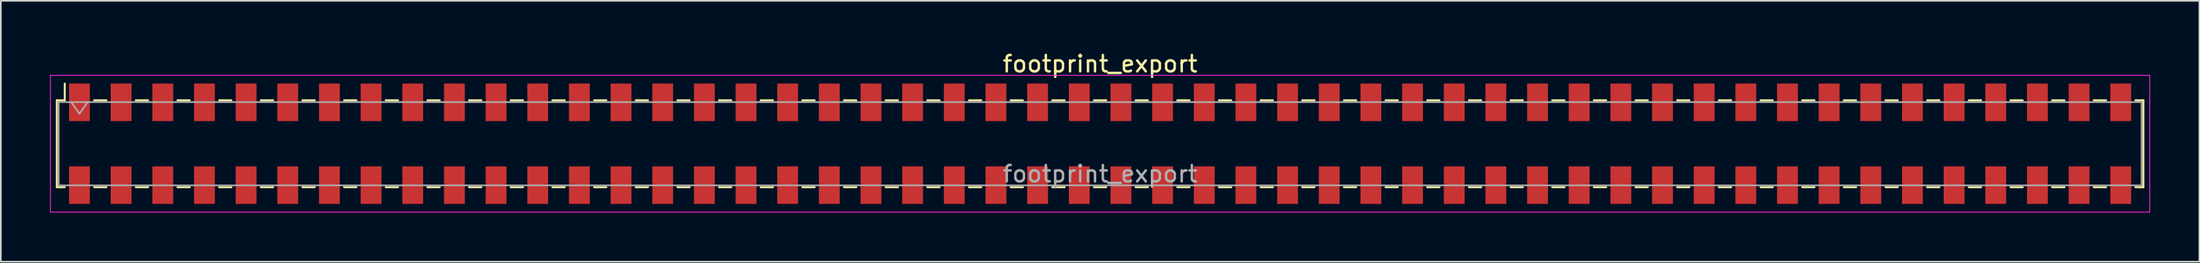
<source format=kicad_pcb>
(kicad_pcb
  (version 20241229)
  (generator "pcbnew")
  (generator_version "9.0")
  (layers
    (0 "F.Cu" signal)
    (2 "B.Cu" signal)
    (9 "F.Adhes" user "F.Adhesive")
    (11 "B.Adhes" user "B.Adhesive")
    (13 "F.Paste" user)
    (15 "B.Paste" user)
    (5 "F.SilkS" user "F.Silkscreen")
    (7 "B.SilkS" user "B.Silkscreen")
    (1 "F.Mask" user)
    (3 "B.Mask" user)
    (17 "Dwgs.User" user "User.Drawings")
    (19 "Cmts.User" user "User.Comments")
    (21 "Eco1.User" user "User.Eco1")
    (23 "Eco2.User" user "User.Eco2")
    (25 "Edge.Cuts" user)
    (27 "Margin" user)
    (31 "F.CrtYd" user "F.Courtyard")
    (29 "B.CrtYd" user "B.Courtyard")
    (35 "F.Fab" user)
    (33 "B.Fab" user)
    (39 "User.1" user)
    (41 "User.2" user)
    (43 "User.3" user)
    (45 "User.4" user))
  (footprint "footprint_export"
    (layer "F.Cu")
    (at 64.025 5.718)
    (property "Reference" "footprint_export" (at 0 -4.87 0) (layer "F.SilkS") (effects (font (size 1 1) (thickness 0.15))))
    (attr smd)
    (fp_line (start -63.61 -2.65) (end -63.61 2.65) (stroke (width 0.12) (type solid)) (layer "F.SilkS"))
    (fp_line (start -63.61 2.65) (end -63.125 2.65) (stroke (width 0.12) (type solid)) (layer "F.SilkS"))
    (fp_line (start -63.125 -3.67) (end -63.125 -2.65) (stroke (width 0.12) (type solid)) (layer "F.SilkS"))
    (fp_line (start -63.125 -2.65) (end -63.61 -2.65) (stroke (width 0.12) (type solid)) (layer "F.SilkS"))
    (fp_line (start -61.335 -2.65) (end -60.585 -2.65) (stroke (width 0.12) (type solid)) (layer "F.SilkS"))
    (fp_line (start -61.335 2.65) (end -60.585 2.65) (stroke (width 0.12) (type solid)) (layer "F.SilkS"))
    (fp_line (start -58.795 -2.65) (end -58.045 -2.65) (stroke (width 0.12) (type solid)) (layer "F.SilkS"))
    (fp_line (start -58.795 2.65) (end -58.045 2.65) (stroke (width 0.12) (type solid)) (layer "F.SilkS"))
    (fp_line (start -56.255 -2.65) (end -55.505 -2.65) (stroke (width 0.12) (type solid)) (layer "F.SilkS"))
    (fp_line (start -56.255 2.65) (end -55.505 2.65) (stroke (width 0.12) (type solid)) (layer "F.SilkS"))
    (fp_line (start -53.715 -2.65) (end -52.965 -2.65) (stroke (width 0.12) (type solid)) (layer "F.SilkS"))
    (fp_line (start -53.715 2.65) (end -52.965 2.65) (stroke (width 0.12) (type solid)) (layer "F.SilkS"))
    (fp_line (start -51.175 -2.65) (end -50.425 -2.65) (stroke (width 0.12) (type solid)) (layer "F.SilkS"))
    (fp_line (start -51.175 2.65) (end -50.425 2.65) (stroke (width 0.12) (type solid)) (layer "F.SilkS"))
    (fp_line (start -48.635 -2.65) (end -47.885 -2.65) (stroke (width 0.12) (type solid)) (layer "F.SilkS"))
    (fp_line (start -48.635 2.65) (end -47.885 2.65) (stroke (width 0.12) (type solid)) (layer "F.SilkS"))
    (fp_line (start -46.095 -2.65) (end -45.345 -2.65) (stroke (width 0.12) (type solid)) (layer "F.SilkS"))
    (fp_line (start -46.095 2.65) (end -45.345 2.65) (stroke (width 0.12) (type solid)) (layer "F.SilkS"))
    (fp_line (start -43.555 -2.65) (end -42.805 -2.65) (stroke (width 0.12) (type solid)) (layer "F.SilkS"))
    (fp_line (start -43.555 2.65) (end -42.805 2.65) (stroke (width 0.12) (type solid)) (layer "F.SilkS"))
    (fp_line (start -41.015 -2.65) (end -40.265 -2.65) (stroke (width 0.12) (type solid)) (layer "F.SilkS"))
    (fp_line (start -41.015 2.65) (end -40.265 2.65) (stroke (width 0.12) (type solid)) (layer "F.SilkS"))
    (fp_line (start -38.475 -2.65) (end -37.725 -2.65) (stroke (width 0.12) (type solid)) (layer "F.SilkS"))
    (fp_line (start -38.475 2.65) (end -37.725 2.65) (stroke (width 0.12) (type solid)) (layer "F.SilkS"))
    (fp_line (start -35.935 -2.65) (end -35.185 -2.65) (stroke (width 0.12) (type solid)) (layer "F.SilkS"))
    (fp_line (start -35.935 2.65) (end -35.185 2.65) (stroke (width 0.12) (type solid)) (layer "F.SilkS"))
    (fp_line (start -33.395 -2.65) (end -32.645 -2.65) (stroke (width 0.12) (type solid)) (layer "F.SilkS"))
    (fp_line (start -33.395 2.65) (end -32.645 2.65) (stroke (width 0.12) (type solid)) (layer "F.SilkS"))
    (fp_line (start -30.855 -2.65) (end -30.105 -2.65) (stroke (width 0.12) (type solid)) (layer "F.SilkS"))
    (fp_line (start -30.855 2.65) (end -30.105 2.65) (stroke (width 0.12) (type solid)) (layer "F.SilkS"))
    (fp_line (start -28.315 -2.65) (end -27.565 -2.65) (stroke (width 0.12) (type solid)) (layer "F.SilkS"))
    (fp_line (start -28.315 2.65) (end -27.565 2.65) (stroke (width 0.12) (type solid)) (layer "F.SilkS"))
    (fp_line (start -25.775 -2.65) (end -25.025 -2.65) (stroke (width 0.12) (type solid)) (layer "F.SilkS"))
    (fp_line (start -25.775 2.65) (end -25.025 2.65) (stroke (width 0.12) (type solid)) (layer "F.SilkS"))
    (fp_line (start -23.235 -2.65) (end -22.485 -2.65) (stroke (width 0.12) (type solid)) (layer "F.SilkS"))
    (fp_line (start -23.235 2.65) (end -22.485 2.65) (stroke (width 0.12) (type solid)) (layer "F.SilkS"))
    (fp_line (start -20.695 -2.65) (end -19.945 -2.65) (stroke (width 0.12) (type solid)) (layer "F.SilkS"))
    (fp_line (start -20.695 2.65) (end -19.945 2.65) (stroke (width 0.12) (type solid)) (layer "F.SilkS"))
    (fp_line (start -18.155 -2.65) (end -17.405 -2.65) (stroke (width 0.12) (type solid)) (layer "F.SilkS"))
    (fp_line (start -18.155 2.65) (end -17.405 2.65) (stroke (width 0.12) (type solid)) (layer "F.SilkS"))
    (fp_line (start -15.615 -2.65) (end -14.865 -2.65) (stroke (width 0.12) (type solid)) (layer "F.SilkS"))
    (fp_line (start -15.615 2.65) (end -14.865 2.65) (stroke (width 0.12) (type solid)) (layer "F.SilkS"))
    (fp_line (start -13.075 -2.65) (end -12.325 -2.65) (stroke (width 0.12) (type solid)) (layer "F.SilkS"))
    (fp_line (start -13.075 2.65) (end -12.325 2.65) (stroke (width 0.12) (type solid)) (layer "F.SilkS"))
    (fp_line (start -10.535 -2.65) (end -9.785 -2.65) (stroke (width 0.12) (type solid)) (layer "F.SilkS"))
    (fp_line (start -10.535 2.65) (end -9.785 2.65) (stroke (width 0.12) (type solid)) (layer "F.SilkS"))
    (fp_line (start -7.995 -2.65) (end -7.245 -2.65) (stroke (width 0.12) (type solid)) (layer "F.SilkS"))
    (fp_line (start -7.995 2.65) (end -7.245 2.65) (stroke (width 0.12) (type solid)) (layer "F.SilkS"))
    (fp_line (start -5.455 -2.65) (end -4.705 -2.65) (stroke (width 0.12) (type solid)) (layer "F.SilkS"))
    (fp_line (start -5.455 2.65) (end -4.705 2.65) (stroke (width 0.12) (type solid)) (layer "F.SilkS"))
    (fp_line (start -2.915 -2.65) (end -2.165 -2.65) (stroke (width 0.12) (type solid)) (layer "F.SilkS"))
    (fp_line (start -2.915 2.65) (end -2.165 2.65) (stroke (width 0.12) (type solid)) (layer "F.SilkS"))
    (fp_line (start -0.375 -2.65) (end 0.375 -2.65) (stroke (width 0.12) (type solid)) (layer "F.SilkS"))
    (fp_line (start -0.375 2.65) (end 0.375 2.65) (stroke (width 0.12) (type solid)) (layer "F.SilkS"))
    (fp_line (start 2.165 -2.65) (end 2.915 -2.65) (stroke (width 0.12) (type solid)) (layer "F.SilkS"))
    (fp_line (start 2.165 2.65) (end 2.915 2.65) (stroke (width 0.12) (type solid)) (layer "F.SilkS"))
    (fp_line (start 4.705 -2.65) (end 5.455 -2.65) (stroke (width 0.12) (type solid)) (layer "F.SilkS"))
    (fp_line (start 4.705 2.65) (end 5.455 2.65) (stroke (width 0.12) (type solid)) (layer "F.SilkS"))
    (fp_line (start 7.245 -2.65) (end 7.995 -2.65) (stroke (width 0.12) (type solid)) (layer "F.SilkS"))
    (fp_line (start 7.245 2.65) (end 7.995 2.65) (stroke (width 0.12) (type solid)) (layer "F.SilkS"))
    (fp_line (start 9.785 -2.65) (end 10.535 -2.65) (stroke (width 0.12) (type solid)) (layer "F.SilkS"))
    (fp_line (start 9.785 2.65) (end 10.535 2.65) (stroke (width 0.12) (type solid)) (layer "F.SilkS"))
    (fp_line (start 12.325 -2.65) (end 13.075 -2.65) (stroke (width 0.12) (type solid)) (layer "F.SilkS"))
    (fp_line (start 12.325 2.65) (end 13.075 2.65) (stroke (width 0.12) (type solid)) (layer "F.SilkS"))
    (fp_line (start 14.865 -2.65) (end 15.615 -2.65) (stroke (width 0.12) (type solid)) (layer "F.SilkS"))
    (fp_line (start 14.865 2.65) (end 15.615 2.65) (stroke (width 0.12) (type solid)) (layer "F.SilkS"))
    (fp_line (start 17.405 -2.65) (end 18.155 -2.65) (stroke (width 0.12) (type solid)) (layer "F.SilkS"))
    (fp_line (start 17.405 2.65) (end 18.155 2.65) (stroke (width 0.12) (type solid)) (layer "F.SilkS"))
    (fp_line (start 19.945 -2.65) (end 20.695 -2.65) (stroke (width 0.12) (type solid)) (layer "F.SilkS"))
    (fp_line (start 19.945 2.65) (end 20.695 2.65) (stroke (width 0.12) (type solid)) (layer "F.SilkS"))
    (fp_line (start 22.485 -2.65) (end 23.235 -2.65) (stroke (width 0.12) (type solid)) (layer "F.SilkS"))
    (fp_line (start 22.485 2.65) (end 23.235 2.65) (stroke (width 0.12) (type solid)) (layer "F.SilkS"))
    (fp_line (start 25.025 -2.65) (end 25.775 -2.65) (stroke (width 0.12) (type solid)) (layer "F.SilkS"))
    (fp_line (start 25.025 2.65) (end 25.775 2.65) (stroke (width 0.12) (type solid)) (layer "F.SilkS"))
    (fp_line (start 27.565 -2.65) (end 28.315 -2.65) (stroke (width 0.12) (type solid)) (layer "F.SilkS"))
    (fp_line (start 27.565 2.65) (end 28.315 2.65) (stroke (width 0.12) (type solid)) (layer "F.SilkS"))
    (fp_line (start 30.105 -2.65) (end 30.855 -2.65) (stroke (width 0.12) (type solid)) (layer "F.SilkS"))
    (fp_line (start 30.105 2.65) (end 30.855 2.65) (stroke (width 0.12) (type solid)) (layer "F.SilkS"))
    (fp_line (start 32.645 -2.65) (end 33.395 -2.65) (stroke (width 0.12) (type solid)) (layer "F.SilkS"))
    (fp_line (start 32.645 2.65) (end 33.395 2.65) (stroke (width 0.12) (type solid)) (layer "F.SilkS"))
    (fp_line (start 35.185 -2.65) (end 35.935 -2.65) (stroke (width 0.12) (type solid)) (layer "F.SilkS"))
    (fp_line (start 35.185 2.65) (end 35.935 2.65) (stroke (width 0.12) (type solid)) (layer "F.SilkS"))
    (fp_line (start 37.725 -2.65) (end 38.475 -2.65) (stroke (width 0.12) (type solid)) (layer "F.SilkS"))
    (fp_line (start 37.725 2.65) (end 38.475 2.65) (stroke (width 0.12) (type solid)) (layer "F.SilkS"))
    (fp_line (start 40.265 -2.65) (end 41.015 -2.65) (stroke (width 0.12) (type solid)) (layer "F.SilkS"))
    (fp_line (start 40.265 2.65) (end 41.015 2.65) (stroke (width 0.12) (type solid)) (layer "F.SilkS"))
    (fp_line (start 42.805 -2.65) (end 43.555 -2.65) (stroke (width 0.12) (type solid)) (layer "F.SilkS"))
    (fp_line (start 42.805 2.65) (end 43.555 2.65) (stroke (width 0.12) (type solid)) (layer "F.SilkS"))
    (fp_line (start 45.345 -2.65) (end 46.095 -2.65) (stroke (width 0.12) (type solid)) (layer "F.SilkS"))
    (fp_line (start 45.345 2.65) (end 46.095 2.65) (stroke (width 0.12) (type solid)) (layer "F.SilkS"))
    (fp_line (start 47.885 -2.65) (end 48.635 -2.65) (stroke (width 0.12) (type solid)) (layer "F.SilkS"))
    (fp_line (start 47.885 2.65) (end 48.635 2.65) (stroke (width 0.12) (type solid)) (layer "F.SilkS"))
    (fp_line (start 50.425 -2.65) (end 51.175 -2.65) (stroke (width 0.12) (type solid)) (layer "F.SilkS"))
    (fp_line (start 50.425 2.65) (end 51.175 2.65) (stroke (width 0.12) (type solid)) (layer "F.SilkS"))
    (fp_line (start 52.965 -2.65) (end 53.715 -2.65) (stroke (width 0.12) (type solid)) (layer "F.SilkS"))
    (fp_line (start 52.965 2.65) (end 53.715 2.65) (stroke (width 0.12) (type solid)) (layer "F.SilkS"))
    (fp_line (start 55.505 -2.65) (end 56.255 -2.65) (stroke (width 0.12) (type solid)) (layer "F.SilkS"))
    (fp_line (start 55.505 2.65) (end 56.255 2.65) (stroke (width 0.12) (type solid)) (layer "F.SilkS"))
    (fp_line (start 58.045 -2.65) (end 58.795 -2.65) (stroke (width 0.12) (type solid)) (layer "F.SilkS"))
    (fp_line (start 58.045 2.65) (end 58.795 2.65) (stroke (width 0.12) (type solid)) (layer "F.SilkS"))
    (fp_line (start 60.585 -2.65) (end 61.335 -2.65) (stroke (width 0.12) (type solid)) (layer "F.SilkS"))
    (fp_line (start 60.585 2.65) (end 61.335 2.65) (stroke (width 0.12) (type solid)) (layer "F.SilkS"))
    (fp_line (start 63.125 -2.65) (end 63.61 -2.65) (stroke (width 0.12) (type solid)) (layer "F.SilkS"))
    (fp_line (start 63.61 -2.65) (end 63.61 2.65) (stroke (width 0.12) (type solid)) (layer "F.SilkS"))
    (fp_line (start 63.61 2.65) (end 63.125 2.65) (stroke (width 0.12) (type solid)) (layer "F.SilkS"))
    (fp_line (start -64 -4.17) (end 64 -4.17) (stroke (width 0.05) (type solid)) (layer "F.CrtYd"))
    (fp_line (start -64 4.17) (end -64 -4.17) (stroke (width 0.05) (type solid)) (layer "F.CrtYd"))
    (fp_line (start 64 -4.17) (end 64 4.17) (stroke (width 0.05) (type solid)) (layer "F.CrtYd"))
    (fp_line (start 64 4.17) (end -64 4.17) (stroke (width 0.05) (type solid)) (layer "F.CrtYd"))
    (fp_line (start -63.5 -2.54) (end 63.5 -2.54) (stroke (width 0.1) (type solid)) (layer "F.Fab"))
    (fp_line (start -63.5 2.54) (end -63.5 -2.54) (stroke (width 0.1) (type solid)) (layer "F.Fab"))
    (fp_line (start -62.73 -2.54) (end -62.23 -1.833) (stroke (width 0.1) (type solid)) (layer "F.Fab"))
    (fp_line (start -62.23 -1.833) (end -61.73 -2.54) (stroke (width 0.1) (type solid)) (layer "F.Fab"))
    (fp_line (start 63.5 -2.54) (end 63.5 2.54) (stroke (width 0.1) (type solid)) (layer "F.Fab"))
    (fp_line (start 63.5 2.54) (end -63.5 2.54) (stroke (width 0.1) (type solid)) (layer "F.Fab"))
    (fp_text user "${REFERENCE}" (at 0 1.84 0) (layer "F.Fab") (effects (font (size 1 1) (thickness 0.15))))
    (pad "1" smd rect (at -62.23 -2.525) (size 1.27 2.29) (layers "F.Cu" "F.Mask" "F.Paste"))
    (pad "2" smd rect (at -62.23 2.525) (size 1.27 2.29) (layers "F.Cu" "F.Mask" "F.Paste"))
    (pad "3" smd rect (at -59.69 -2.525) (size 1.27 2.29) (layers "F.Cu" "F.Mask" "F.Paste"))
    (pad "4" smd rect (at -59.69 2.525) (size 1.27 2.29) (layers "F.Cu" "F.Mask" "F.Paste"))
    (pad "5" smd rect (at -57.15 -2.525) (size 1.27 2.29) (layers "F.Cu" "F.Mask" "F.Paste"))
    (pad "6" smd rect (at -57.15 2.525) (size 1.27 2.29) (layers "F.Cu" "F.Mask" "F.Paste"))
    (pad "7" smd rect (at -54.61 -2.525) (size 1.27 2.29) (layers "F.Cu" "F.Mask" "F.Paste"))
    (pad "8" smd rect (at -54.61 2.525) (size 1.27 2.29) (layers "F.Cu" "F.Mask" "F.Paste"))
    (pad "9" smd rect (at -52.07 -2.525) (size 1.27 2.29) (layers "F.Cu" "F.Mask" "F.Paste"))
    (pad "10" smd rect (at -52.07 2.525) (size 1.27 2.29) (layers "F.Cu" "F.Mask" "F.Paste"))
    (pad "11" smd rect (at -49.53 -2.525) (size 1.27 2.29) (layers "F.Cu" "F.Mask" "F.Paste"))
    (pad "12" smd rect (at -49.53 2.525) (size 1.27 2.29) (layers "F.Cu" "F.Mask" "F.Paste"))
    (pad "13" smd rect (at -46.99 -2.525) (size 1.27 2.29) (layers "F.Cu" "F.Mask" "F.Paste"))
    (pad "14" smd rect (at -46.99 2.525) (size 1.27 2.29) (layers "F.Cu" "F.Mask" "F.Paste"))
    (pad "15" smd rect (at -44.45 -2.525) (size 1.27 2.29) (layers "F.Cu" "F.Mask" "F.Paste"))
    (pad "16" smd rect (at -44.45 2.525) (size 1.27 2.29) (layers "F.Cu" "F.Mask" "F.Paste"))
    (pad "17" smd rect (at -41.91 -2.525) (size 1.27 2.29) (layers "F.Cu" "F.Mask" "F.Paste"))
    (pad "18" smd rect (at -41.91 2.525) (size 1.27 2.29) (layers "F.Cu" "F.Mask" "F.Paste"))
    (pad "19" smd rect (at -39.37 -2.525) (size 1.27 2.29) (layers "F.Cu" "F.Mask" "F.Paste"))
    (pad "20" smd rect (at -39.37 2.525) (size 1.27 2.29) (layers "F.Cu" "F.Mask" "F.Paste"))
    (pad "21" smd rect (at -36.83 -2.525) (size 1.27 2.29) (layers "F.Cu" "F.Mask" "F.Paste"))
    (pad "22" smd rect (at -36.83 2.525) (size 1.27 2.29) (layers "F.Cu" "F.Mask" "F.Paste"))
    (pad "23" smd rect (at -34.29 -2.525) (size 1.27 2.29) (layers "F.Cu" "F.Mask" "F.Paste"))
    (pad "24" smd rect (at -34.29 2.525) (size 1.27 2.29) (layers "F.Cu" "F.Mask" "F.Paste"))
    (pad "25" smd rect (at -31.75 -2.525) (size 1.27 2.29) (layers "F.Cu" "F.Mask" "F.Paste"))
    (pad "26" smd rect (at -31.75 2.525) (size 1.27 2.29) (layers "F.Cu" "F.Mask" "F.Paste"))
    (pad "27" smd rect (at -29.21 -2.525) (size 1.27 2.29) (layers "F.Cu" "F.Mask" "F.Paste"))
    (pad "28" smd rect (at -29.21 2.525) (size 1.27 2.29) (layers "F.Cu" "F.Mask" "F.Paste"))
    (pad "29" smd rect (at -26.67 -2.525) (size 1.27 2.29) (layers "F.Cu" "F.Mask" "F.Paste"))
    (pad "30" smd rect (at -26.67 2.525) (size 1.27 2.29) (layers "F.Cu" "F.Mask" "F.Paste"))
    (pad "31" smd rect (at -24.13 -2.525) (size 1.27 2.29) (layers "F.Cu" "F.Mask" "F.Paste"))
    (pad "32" smd rect (at -24.13 2.525) (size 1.27 2.29) (layers "F.Cu" "F.Mask" "F.Paste"))
    (pad "33" smd rect (at -21.59 -2.525) (size 1.27 2.29) (layers "F.Cu" "F.Mask" "F.Paste"))
    (pad "34" smd rect (at -21.59 2.525) (size 1.27 2.29) (layers "F.Cu" "F.Mask" "F.Paste"))
    (pad "35" smd rect (at -19.05 -2.525) (size 1.27 2.29) (layers "F.Cu" "F.Mask" "F.Paste"))
    (pad "36" smd rect (at -19.05 2.525) (size 1.27 2.29) (layers "F.Cu" "F.Mask" "F.Paste"))
    (pad "37" smd rect (at -16.51 -2.525) (size 1.27 2.29) (layers "F.Cu" "F.Mask" "F.Paste"))
    (pad "38" smd rect (at -16.51 2.525) (size 1.27 2.29) (layers "F.Cu" "F.Mask" "F.Paste"))
    (pad "39" smd rect (at -13.97 -2.525) (size 1.27 2.29) (layers "F.Cu" "F.Mask" "F.Paste"))
    (pad "40" smd rect (at -13.97 2.525) (size 1.27 2.29) (layers "F.Cu" "F.Mask" "F.Paste"))
    (pad "41" smd rect (at -11.43 -2.525) (size 1.27 2.29) (layers "F.Cu" "F.Mask" "F.Paste"))
    (pad "42" smd rect (at -11.43 2.525) (size 1.27 2.29) (layers "F.Cu" "F.Mask" "F.Paste"))
    (pad "43" smd rect (at -8.89 -2.525) (size 1.27 2.29) (layers "F.Cu" "F.Mask" "F.Paste"))
    (pad "44" smd rect (at -8.89 2.525) (size 1.27 2.29) (layers "F.Cu" "F.Mask" "F.Paste"))
    (pad "45" smd rect (at -6.35 -2.525) (size 1.27 2.29) (layers "F.Cu" "F.Mask" "F.Paste"))
    (pad "46" smd rect (at -6.35 2.525) (size 1.27 2.29) (layers "F.Cu" "F.Mask" "F.Paste"))
    (pad "47" smd rect (at -3.81 -2.525) (size 1.27 2.29) (layers "F.Cu" "F.Mask" "F.Paste"))
    (pad "48" smd rect (at -3.81 2.525) (size 1.27 2.29) (layers "F.Cu" "F.Mask" "F.Paste"))
    (pad "49" smd rect (at -1.27 -2.525) (size 1.27 2.29) (layers "F.Cu" "F.Mask" "F.Paste"))
    (pad "50" smd rect (at -1.27 2.525) (size 1.27 2.29) (layers "F.Cu" "F.Mask" "F.Paste"))
    (pad "51" smd rect (at 1.27 -2.525) (size 1.27 2.29) (layers "F.Cu" "F.Mask" "F.Paste"))
    (pad "52" smd rect (at 1.27 2.525) (size 1.27 2.29) (layers "F.Cu" "F.Mask" "F.Paste"))
    (pad "53" smd rect (at 3.81 -2.525) (size 1.27 2.29) (layers "F.Cu" "F.Mask" "F.Paste"))
    (pad "54" smd rect (at 3.81 2.525) (size 1.27 2.29) (layers "F.Cu" "F.Mask" "F.Paste"))
    (pad "55" smd rect (at 6.35 -2.525) (size 1.27 2.29) (layers "F.Cu" "F.Mask" "F.Paste"))
    (pad "56" smd rect (at 6.35 2.525) (size 1.27 2.29) (layers "F.Cu" "F.Mask" "F.Paste"))
    (pad "57" smd rect (at 8.89 -2.525) (size 1.27 2.29) (layers "F.Cu" "F.Mask" "F.Paste"))
    (pad "58" smd rect (at 8.89 2.525) (size 1.27 2.29) (layers "F.Cu" "F.Mask" "F.Paste"))
    (pad "59" smd rect (at 11.43 -2.525) (size 1.27 2.29) (layers "F.Cu" "F.Mask" "F.Paste"))
    (pad "60" smd rect (at 11.43 2.525) (size 1.27 2.29) (layers "F.Cu" "F.Mask" "F.Paste"))
    (pad "61" smd rect (at 13.97 -2.525) (size 1.27 2.29) (layers "F.Cu" "F.Mask" "F.Paste"))
    (pad "62" smd rect (at 13.97 2.525) (size 1.27 2.29) (layers "F.Cu" "F.Mask" "F.Paste"))
    (pad "63" smd rect (at 16.51 -2.525) (size 1.27 2.29) (layers "F.Cu" "F.Mask" "F.Paste"))
    (pad "64" smd rect (at 16.51 2.525) (size 1.27 2.29) (layers "F.Cu" "F.Mask" "F.Paste"))
    (pad "65" smd rect (at 19.05 -2.525) (size 1.27 2.29) (layers "F.Cu" "F.Mask" "F.Paste"))
    (pad "66" smd rect (at 19.05 2.525) (size 1.27 2.29) (layers "F.Cu" "F.Mask" "F.Paste"))
    (pad "67" smd rect (at 21.59 -2.525) (size 1.27 2.29) (layers "F.Cu" "F.Mask" "F.Paste"))
    (pad "68" smd rect (at 21.59 2.525) (size 1.27 2.29) (layers "F.Cu" "F.Mask" "F.Paste"))
    (pad "69" smd rect (at 24.13 -2.525) (size 1.27 2.29) (layers "F.Cu" "F.Mask" "F.Paste"))
    (pad "70" smd rect (at 24.13 2.525) (size 1.27 2.29) (layers "F.Cu" "F.Mask" "F.Paste"))
    (pad "71" smd rect (at 26.67 -2.525) (size 1.27 2.29) (layers "F.Cu" "F.Mask" "F.Paste"))
    (pad "72" smd rect (at 26.67 2.525) (size 1.27 2.29) (layers "F.Cu" "F.Mask" "F.Paste"))
    (pad "73" smd rect (at 29.21 -2.525) (size 1.27 2.29) (layers "F.Cu" "F.Mask" "F.Paste"))
    (pad "74" smd rect (at 29.21 2.525) (size 1.27 2.29) (layers "F.Cu" "F.Mask" "F.Paste"))
    (pad "75" smd rect (at 31.75 -2.525) (size 1.27 2.29) (layers "F.Cu" "F.Mask" "F.Paste"))
    (pad "76" smd rect (at 31.75 2.525) (size 1.27 2.29) (layers "F.Cu" "F.Mask" "F.Paste"))
    (pad "77" smd rect (at 34.29 -2.525) (size 1.27 2.29) (layers "F.Cu" "F.Mask" "F.Paste"))
    (pad "78" smd rect (at 34.29 2.525) (size 1.27 2.29) (layers "F.Cu" "F.Mask" "F.Paste"))
    (pad "79" smd rect (at 36.83 -2.525) (size 1.27 2.29) (layers "F.Cu" "F.Mask" "F.Paste"))
    (pad "80" smd rect (at 36.83 2.525) (size 1.27 2.29) (layers "F.Cu" "F.Mask" "F.Paste"))
    (pad "81" smd rect (at 39.37 -2.525) (size 1.27 2.29) (layers "F.Cu" "F.Mask" "F.Paste"))
    (pad "82" smd rect (at 39.37 2.525) (size 1.27 2.29) (layers "F.Cu" "F.Mask" "F.Paste"))
    (pad "83" smd rect (at 41.91 -2.525) (size 1.27 2.29) (layers "F.Cu" "F.Mask" "F.Paste"))
    (pad "84" smd rect (at 41.91 2.525) (size 1.27 2.29) (layers "F.Cu" "F.Mask" "F.Paste"))
    (pad "85" smd rect (at 44.45 -2.525) (size 1.27 2.29) (layers "F.Cu" "F.Mask" "F.Paste"))
    (pad "86" smd rect (at 44.45 2.525) (size 1.27 2.29) (layers "F.Cu" "F.Mask" "F.Paste"))
    (pad "87" smd rect (at 46.99 -2.525) (size 1.27 2.29) (layers "F.Cu" "F.Mask" "F.Paste"))
    (pad "88" smd rect (at 46.99 2.525) (size 1.27 2.29) (layers "F.Cu" "F.Mask" "F.Paste"))
    (pad "89" smd rect (at 49.53 -2.525) (size 1.27 2.29) (layers "F.Cu" "F.Mask" "F.Paste"))
    (pad "90" smd rect (at 49.53 2.525) (size 1.27 2.29) (layers "F.Cu" "F.Mask" "F.Paste"))
    (pad "91" smd rect (at 52.07 -2.525) (size 1.27 2.29) (layers "F.Cu" "F.Mask" "F.Paste"))
    (pad "92" smd rect (at 52.07 2.525) (size 1.27 2.29) (layers "F.Cu" "F.Mask" "F.Paste"))
    (pad "93" smd rect (at 54.61 -2.525) (size 1.27 2.29) (layers "F.Cu" "F.Mask" "F.Paste"))
    (pad "94" smd rect (at 54.61 2.525) (size 1.27 2.29) (layers "F.Cu" "F.Mask" "F.Paste"))
    (pad "95" smd rect (at 57.15 -2.525) (size 1.27 2.29) (layers "F.Cu" "F.Mask" "F.Paste"))
    (pad "96" smd rect (at 57.15 2.525) (size 1.27 2.29) (layers "F.Cu" "F.Mask" "F.Paste"))
    (pad "97" smd rect (at 59.69 -2.525) (size 1.27 2.29) (layers "F.Cu" "F.Mask" "F.Paste"))
    (pad "98" smd rect (at 59.69 2.525) (size 1.27 2.29) (layers "F.Cu" "F.Mask" "F.Paste"))
    (pad "99" smd rect (at 62.23 -2.525) (size 1.27 2.29) (layers "F.Cu" "F.Mask" "F.Paste"))
    (pad "100" smd rect (at 62.23 2.525) (size 1.27 2.29) (layers "F.Cu" "F.Mask" "F.Paste")))
  (gr_rect
    (start -3 -3)
    (end 131.05 12.913)
    (stroke (width 0.1) (type default))
    (fill no)
    (layer "Edge.Cuts")))
</source>
